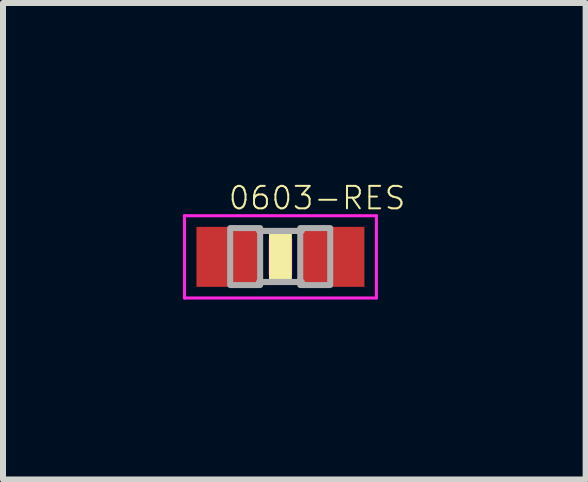
<source format=kicad_pcb>
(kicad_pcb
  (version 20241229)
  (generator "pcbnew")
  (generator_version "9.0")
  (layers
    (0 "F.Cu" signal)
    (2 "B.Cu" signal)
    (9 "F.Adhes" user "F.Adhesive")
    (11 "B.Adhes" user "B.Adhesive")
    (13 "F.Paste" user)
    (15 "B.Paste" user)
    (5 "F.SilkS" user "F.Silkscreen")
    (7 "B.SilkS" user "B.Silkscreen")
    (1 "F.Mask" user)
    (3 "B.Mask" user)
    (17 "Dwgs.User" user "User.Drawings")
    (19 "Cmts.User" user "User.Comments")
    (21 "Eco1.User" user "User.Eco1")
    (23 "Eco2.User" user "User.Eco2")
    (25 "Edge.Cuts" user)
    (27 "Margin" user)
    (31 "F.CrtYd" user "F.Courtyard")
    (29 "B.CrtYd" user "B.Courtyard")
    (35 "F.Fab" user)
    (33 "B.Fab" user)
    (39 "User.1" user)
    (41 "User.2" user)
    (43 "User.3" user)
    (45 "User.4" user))
  (footprint "0603-RES"
    (layer "F.Cu")
    (at 1.626 1.233)
    (property "Reference" "0603-RES" (at -0.889 -0.762 0) (layer "F.SilkS") (effects (font (size 0.374 0.374) (thickness 0.033)) (justify left bottom)))
    (fp_poly (pts (xy -0.191 0.381) (xy 0.191 0.381) (xy 0.191 -0.381) (xy -0.191 -0.381)) (stroke (width 0) (type solid)) (fill yes) (layer "F.SilkS"))
    (fp_poly (pts (xy -0.2 0.3) (xy 0.2 0.3) (xy 0.2 -0.3) (xy -0.2 -0.3)) (stroke (width 0) (type solid)) (fill yes) (layer "F.Adhes"))
    (fp_line (start -1.6 -0.686) (end 1.6 -0.686) (stroke (width 0.051) (type solid)) (layer "F.CrtYd"))
    (fp_line (start -1.6 0.686) (end -1.6 -0.686) (stroke (width 0.051) (type solid)) (layer "F.CrtYd"))
    (fp_line (start 1.6 -0.686) (end 1.6 0.686) (stroke (width 0.051) (type solid)) (layer "F.CrtYd"))
    (fp_line (start 1.6 0.686) (end -1.6 0.686) (stroke (width 0.051) (type solid)) (layer "F.CrtYd"))
    (fp_line (start -0.356 -0.432) (end 0.356 -0.432) (stroke (width 0.102) (type solid)) (layer "F.Fab"))
    (fp_line (start -0.356 0.419) (end 0.356 0.419) (stroke (width 0.102) (type solid)) (layer "F.Fab"))
    (fp_poly (pts (xy -0.838 0.47) (xy -0.338 0.47) (xy -0.338 -0.48) (xy -0.838 -0.48)) (stroke (width 0.1) (type solid)) (fill no) (layer "F.Fab"))
    (fp_poly (pts (xy 0.33 0.47) (xy 0.83 0.47) (xy 0.83 -0.48) (xy 0.33 -0.48)) (stroke (width 0.1) (type solid)) (fill no) (layer "F.Fab"))
    (pad "1" smd rect (at -0.85 0) (size 1.1 1) (layers "F.Cu" "F.Mask" "F.Paste"))
    (pad "2" smd rect (at 0.85 0) (size 1.1 1) (layers "F.Cu" "F.Mask" "F.Paste")))
  (gr_rect
    (start -3 -3)
    (end 6.715 4.945)
    (stroke (width 0.1) (type default))
    (fill no)
    (layer "Edge.Cuts")))
</source>
